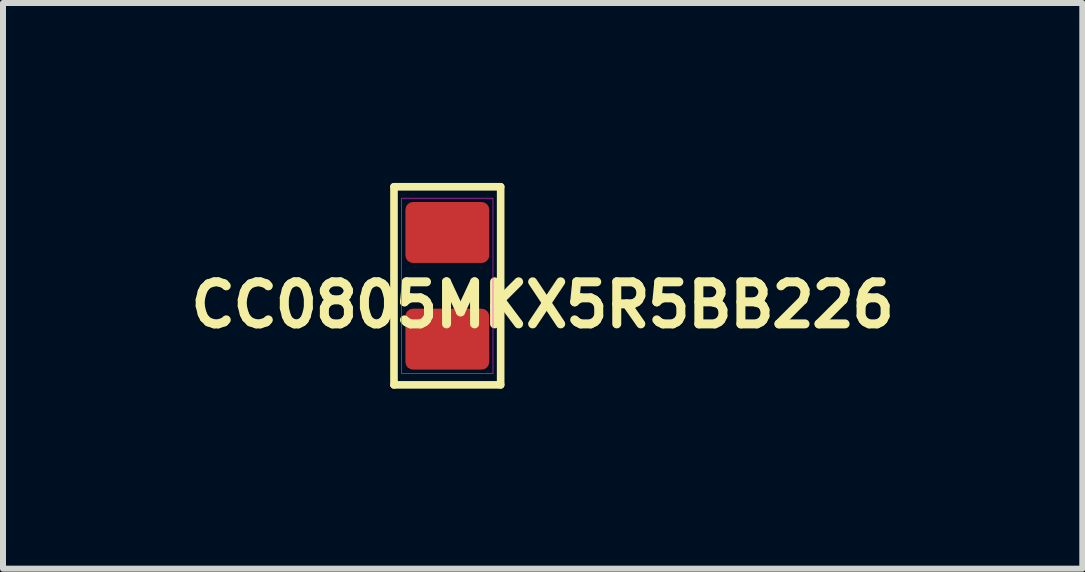
<source format=kicad_pcb>
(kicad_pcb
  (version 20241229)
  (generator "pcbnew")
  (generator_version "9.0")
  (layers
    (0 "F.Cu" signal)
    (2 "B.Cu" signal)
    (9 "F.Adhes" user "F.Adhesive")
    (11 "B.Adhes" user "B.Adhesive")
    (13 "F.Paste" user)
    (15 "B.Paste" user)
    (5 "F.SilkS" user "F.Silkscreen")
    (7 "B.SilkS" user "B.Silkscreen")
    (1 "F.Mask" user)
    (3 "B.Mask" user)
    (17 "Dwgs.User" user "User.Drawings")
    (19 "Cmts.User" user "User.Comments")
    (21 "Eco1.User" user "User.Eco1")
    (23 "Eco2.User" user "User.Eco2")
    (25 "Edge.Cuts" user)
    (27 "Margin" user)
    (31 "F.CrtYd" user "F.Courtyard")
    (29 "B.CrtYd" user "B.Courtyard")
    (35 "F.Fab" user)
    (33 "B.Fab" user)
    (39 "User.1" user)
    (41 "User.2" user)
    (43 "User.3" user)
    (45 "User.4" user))
  (footprint "CC0805MKX5R5BB226"
    (layer "F.Cu")
    (at 4.406 1.714)
    (property "Reference" "CC0805MKX5R5BB226" (at 1.589 0.318 180) (layer "F.SilkS") (effects (font (size 0.701 0.701) (thickness 0.15))))
    (attr smd)
    (fp_line (start -0.889 -1.651) (end 0.889 -1.651) (stroke (width 0.127) (type solid)) (layer "F.SilkS"))
    (fp_line (start -0.889 1.651) (end -0.889 -1.651) (stroke (width 0.127) (type solid)) (layer "F.SilkS"))
    (fp_line (start 0.889 -1.651) (end 0.889 1.651) (stroke (width 0.127) (type solid)) (layer "F.SilkS"))
    (fp_line (start 0.889 1.651) (end -0.889 1.651) (stroke (width 0.127) (type solid)) (layer "F.SilkS"))
    (fp_poly (pts (xy 0.761 -1.461) (xy 0.761 1.463) (xy -0.764 1.463) (xy -0.764 -1.461)) (stroke (width 0.01) (type solid)) (fill no) (layer "F.CrtYd"))
    (pad "1" smd roundrect (at 0 -0.889) (size 1.397 1.016) (layers "F.Cu" "F.Mask" "F.Paste") (roundrect_rratio 0.125))
    (pad "2" smd roundrect (at 0 0.889) (size 1.397 1.016) (layers "F.Cu" "F.Mask" "F.Paste") (roundrect_rratio 0.125)))
  (gr_rect
    (start -3 -3)
    (end 14.99 6.429)
    (stroke (width 0.1) (type default))
    (fill no)
    (layer "Edge.Cuts")))
</source>
